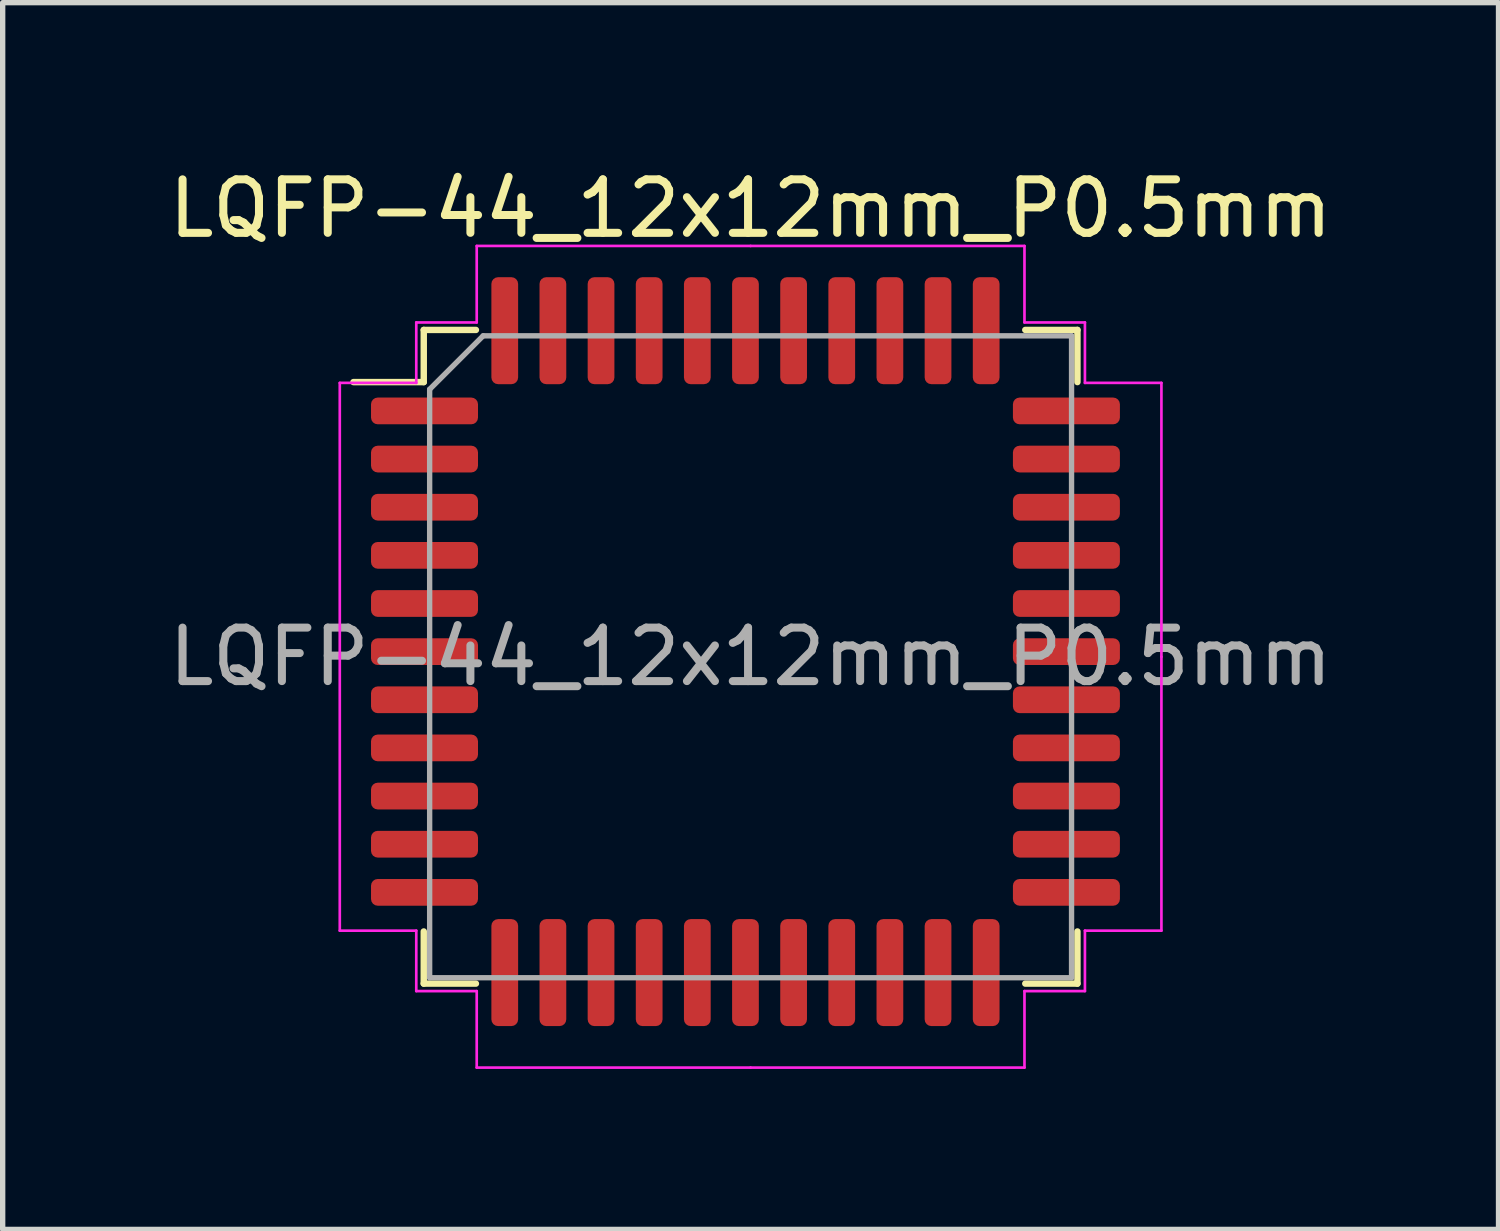
<source format=kicad_pcb>
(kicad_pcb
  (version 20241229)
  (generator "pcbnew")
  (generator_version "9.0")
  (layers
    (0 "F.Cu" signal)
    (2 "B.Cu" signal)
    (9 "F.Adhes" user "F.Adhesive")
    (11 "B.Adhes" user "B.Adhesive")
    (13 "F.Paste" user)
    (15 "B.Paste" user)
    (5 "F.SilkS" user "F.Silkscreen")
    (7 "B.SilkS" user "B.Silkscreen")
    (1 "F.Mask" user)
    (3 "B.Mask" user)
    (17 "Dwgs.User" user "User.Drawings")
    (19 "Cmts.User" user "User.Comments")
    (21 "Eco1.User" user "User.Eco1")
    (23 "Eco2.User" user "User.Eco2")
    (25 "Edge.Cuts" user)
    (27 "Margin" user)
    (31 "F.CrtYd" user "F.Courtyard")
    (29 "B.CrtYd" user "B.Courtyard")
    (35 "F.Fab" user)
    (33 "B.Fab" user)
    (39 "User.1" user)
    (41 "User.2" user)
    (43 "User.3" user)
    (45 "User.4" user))
  (footprint "LQFP-44_12x12mm_P0.5mm"
    (layer "F.Cu")
    (at 4.886 3.132)
    (property "Reference" "LQFP-44_12x12mm_P0.5mm" (at 6.096 -2.284 0) (layer "F.SilkS") (effects (font (size 1 1) (thickness 0.15))))
    (attr smd)
    (fp_line (start -0.014 -0.014) (end -0.014 0.961) (stroke (width 0.12) (type solid)) (layer "F.SilkS"))
    (fp_line (start -0.014 0.961) (end -1.329 0.961) (stroke (width 0.12) (type solid)) (layer "F.SilkS"))
    (fp_line (start -0.014 12.206) (end -0.014 11.231) (stroke (width 0.12) (type solid)) (layer "F.SilkS"))
    (fp_line (start 0.961 -0.014) (end -0.014 -0.014) (stroke (width 0.12) (type solid)) (layer "F.SilkS"))
    (fp_line (start 0.961 12.206) (end -0.014 12.206) (stroke (width 0.12) (type solid)) (layer "F.SilkS"))
    (fp_line (start 11.231 -0.014) (end 12.206 -0.014) (stroke (width 0.12) (type solid)) (layer "F.SilkS"))
    (fp_line (start 11.231 12.206) (end 12.206 12.206) (stroke (width 0.12) (type solid)) (layer "F.SilkS"))
    (fp_line (start 12.206 -0.014) (end 12.206 0.961) (stroke (width 0.12) (type solid)) (layer "F.SilkS"))
    (fp_line (start 12.206 12.206) (end 12.206 11.231) (stroke (width 0.12) (type solid)) (layer "F.SilkS"))
    (fp_line (start -1.584 0.976) (end -1.584 6.096) (stroke (width 0.05) (type solid)) (layer "F.CrtYd"))
    (fp_line (start -1.584 11.216) (end -1.584 6.096) (stroke (width 0.05) (type solid)) (layer "F.CrtYd"))
    (fp_line (start -0.154 -0.154) (end -0.154 0.976) (stroke (width 0.05) (type solid)) (layer "F.CrtYd"))
    (fp_line (start -0.154 0.976) (end -1.584 0.976) (stroke (width 0.05) (type solid)) (layer "F.CrtYd"))
    (fp_line (start -0.154 11.216) (end -1.584 11.216) (stroke (width 0.05) (type solid)) (layer "F.CrtYd"))
    (fp_line (start -0.154 12.346) (end -0.154 11.216) (stroke (width 0.05) (type solid)) (layer "F.CrtYd"))
    (fp_line (start 0.976 -1.584) (end 0.976 -0.154) (stroke (width 0.05) (type solid)) (layer "F.CrtYd"))
    (fp_line (start 0.976 -0.154) (end -0.154 -0.154) (stroke (width 0.05) (type solid)) (layer "F.CrtYd"))
    (fp_line (start 0.976 12.346) (end -0.154 12.346) (stroke (width 0.05) (type solid)) (layer "F.CrtYd"))
    (fp_line (start 0.976 13.776) (end 0.976 12.346) (stroke (width 0.05) (type solid)) (layer "F.CrtYd"))
    (fp_line (start 6.096 -1.584) (end 0.976 -1.584) (stroke (width 0.05) (type solid)) (layer "F.CrtYd"))
    (fp_line (start 6.096 -1.584) (end 11.216 -1.584) (stroke (width 0.05) (type solid)) (layer "F.CrtYd"))
    (fp_line (start 6.096 13.776) (end 0.976 13.776) (stroke (width 0.05) (type solid)) (layer "F.CrtYd"))
    (fp_line (start 6.096 13.776) (end 11.216 13.776) (stroke (width 0.05) (type solid)) (layer "F.CrtYd"))
    (fp_line (start 11.216 -1.584) (end 11.216 -0.154) (stroke (width 0.05) (type solid)) (layer "F.CrtYd"))
    (fp_line (start 11.216 -0.154) (end 12.346 -0.154) (stroke (width 0.05) (type solid)) (layer "F.CrtYd"))
    (fp_line (start 11.216 12.346) (end 12.346 12.346) (stroke (width 0.05) (type solid)) (layer "F.CrtYd"))
    (fp_line (start 11.216 13.776) (end 11.216 12.346) (stroke (width 0.05) (type solid)) (layer "F.CrtYd"))
    (fp_line (start 12.346 -0.154) (end 12.346 0.976) (stroke (width 0.05) (type solid)) (layer "F.CrtYd"))
    (fp_line (start 12.346 0.976) (end 13.776 0.976) (stroke (width 0.05) (type solid)) (layer "F.CrtYd"))
    (fp_line (start 12.346 11.216) (end 13.776 11.216) (stroke (width 0.05) (type solid)) (layer "F.CrtYd"))
    (fp_line (start 12.346 12.346) (end 12.346 11.216) (stroke (width 0.05) (type solid)) (layer "F.CrtYd"))
    (fp_line (start 13.776 0.976) (end 13.776 6.096) (stroke (width 0.05) (type solid)) (layer "F.CrtYd"))
    (fp_line (start 13.776 11.216) (end 13.776 6.096) (stroke (width 0.05) (type solid)) (layer "F.CrtYd"))
    (fp_line (start 0.096 1.096) (end 1.096 0.096) (stroke (width 0.1) (type solid)) (layer "F.Fab"))
    (fp_line (start 0.096 12.096) (end 0.096 1.096) (stroke (width 0.1) (type solid)) (layer "F.Fab"))
    (fp_line (start 1.096 0.096) (end 12.096 0.096) (stroke (width 0.1) (type solid)) (layer "F.Fab"))
    (fp_line (start 12.096 0.096) (end 12.096 12.096) (stroke (width 0.1) (type solid)) (layer "F.Fab"))
    (fp_line (start 12.096 12.096) (end 0.096 12.096) (stroke (width 0.1) (type solid)) (layer "F.Fab"))
    (fp_text user "${REFERENCE}" (at 6.096 6.096 0) (layer "F.Fab") (effects (font (size 1 1) (thickness 0.15))))
    (pad "1" smd roundrect (at 0 1.5) (size 2 0.5) (layers "F.Cu" "F.Mask" "F.Paste") (roundrect_rratio 0.25))
    (pad "2" smd roundrect (at 0 2.4) (size 2 0.5) (layers "F.Cu" "F.Mask" "F.Paste") (roundrect_rratio 0.25))
    (pad "3" smd roundrect (at 0 3.3) (size 2 0.5) (layers "F.Cu" "F.Mask" "F.Paste") (roundrect_rratio 0.25))
    (pad "4" smd roundrect (at 0 4.2) (size 2 0.5) (layers "F.Cu" "F.Mask" "F.Paste") (roundrect_rratio 0.25))
    (pad "5" smd roundrect (at 0 5.1) (size 2 0.5) (layers "F.Cu" "F.Mask" "F.Paste") (roundrect_rratio 0.25))
    (pad "6" smd roundrect (at 0 6) (size 2 0.5) (layers "F.Cu" "F.Mask" "F.Paste") (roundrect_rratio 0.25))
    (pad "7" smd roundrect (at 0 6.9) (size 2 0.5) (layers "F.Cu" "F.Mask" "F.Paste") (roundrect_rratio 0.25))
    (pad "8" smd roundrect (at 0 7.8) (size 2 0.5) (layers "F.Cu" "F.Mask" "F.Paste") (roundrect_rratio 0.25))
    (pad "9" smd roundrect (at 0 8.7) (size 2 0.5) (layers "F.Cu" "F.Mask" "F.Paste") (roundrect_rratio 0.25))
    (pad "10" smd roundrect (at 0 9.6) (size 2 0.5) (layers "F.Cu" "F.Mask" "F.Paste") (roundrect_rratio 0.25))
    (pad "11" smd roundrect (at 0 10.5) (size 2 0.5) (layers "F.Cu" "F.Mask" "F.Paste") (roundrect_rratio 0.25))
    (pad "12" smd roundrect (at 1.5 12 90) (size 2 0.5) (layers "F.Cu" "F.Mask" "F.Paste") (roundrect_rratio 0.25))
    (pad "13" smd roundrect (at 2.4 12 90) (size 2 0.5) (layers "F.Cu" "F.Mask" "F.Paste") (roundrect_rratio 0.25))
    (pad "14" smd roundrect (at 3.3 12 90) (size 2 0.5) (layers "F.Cu" "F.Mask" "F.Paste") (roundrect_rratio 0.25))
    (pad "15" smd roundrect (at 4.2 12 90) (size 2 0.5) (layers "F.Cu" "F.Mask" "F.Paste") (roundrect_rratio 0.25))
    (pad "16" smd roundrect (at 5.1 12 90) (size 2 0.5) (layers "F.Cu" "F.Mask" "F.Paste") (roundrect_rratio 0.25))
    (pad "17" smd roundrect (at 6 12 90) (size 2 0.5) (layers "F.Cu" "F.Mask" "F.Paste") (roundrect_rratio 0.25))
    (pad "18" smd roundrect (at 6.9 12 90) (size 2 0.5) (layers "F.Cu" "F.Mask" "F.Paste") (roundrect_rratio 0.25))
    (pad "19" smd roundrect (at 7.8 12 90) (size 2 0.5) (layers "F.Cu" "F.Mask" "F.Paste") (roundrect_rratio 0.25))
    (pad "20" smd roundrect (at 8.7 12 90) (size 2 0.5) (layers "F.Cu" "F.Mask" "F.Paste") (roundrect_rratio 0.25))
    (pad "21" smd roundrect (at 9.6 12) (size 0.5 2) (layers "F.Cu" "F.Mask" "F.Paste") (roundrect_rratio 0.25))
    (pad "22" smd roundrect (at 10.5 12) (size 0.5 2) (layers "F.Cu" "F.Mask" "F.Paste") (roundrect_rratio 0.25))
    (pad "23" smd roundrect (at 12 10.5 90) (size 0.5 2) (layers "F.Cu" "F.Mask" "F.Paste") (roundrect_rratio 0.25))
    (pad "24" smd roundrect (at 12 9.6 90) (size 0.5 2) (layers "F.Cu" "F.Mask" "F.Paste") (roundrect_rratio 0.25))
    (pad "25" smd roundrect (at 12 8.7 90) (size 0.5 2) (layers "F.Cu" "F.Mask" "F.Paste") (roundrect_rratio 0.25))
    (pad "26" smd roundrect (at 12 7.8 90) (size 0.5 2) (layers "F.Cu" "F.Mask" "F.Paste") (roundrect_rratio 0.25))
    (pad "27" smd roundrect (at 12 6.9 90) (size 0.5 2) (layers "F.Cu" "F.Mask" "F.Paste") (roundrect_rratio 0.25))
    (pad "28" smd roundrect (at 12 6 90) (size 0.5 2) (layers "F.Cu" "F.Mask" "F.Paste") (roundrect_rratio 0.25))
    (pad "29" smd roundrect (at 12 5.1 90) (size 0.5 2) (layers "F.Cu" "F.Mask" "F.Paste") (roundrect_rratio 0.25))
    (pad "30" smd roundrect (at 12 4.2 90) (size 0.5 2) (layers "F.Cu" "F.Mask" "F.Paste") (roundrect_rratio 0.25))
    (pad "31" smd roundrect (at 12 3.3 90) (size 0.5 2) (layers "F.Cu" "F.Mask" "F.Paste") (roundrect_rratio 0.25))
    (pad "32" smd roundrect (at 12 2.4 90) (size 0.5 2) (layers "F.Cu" "F.Mask" "F.Paste") (roundrect_rratio 0.25))
    (pad "33" smd roundrect (at 12 1.5 90) (size 0.5 2) (layers "F.Cu" "F.Mask" "F.Paste") (roundrect_rratio 0.25))
    (pad "34" smd roundrect (at 10.5 0 180) (size 0.5 2) (layers "F.Cu" "F.Mask" "F.Paste") (roundrect_rratio 0.25))
    (pad "35" smd roundrect (at 9.6 0 180) (size 0.5 2) (layers "F.Cu" "F.Mask" "F.Paste") (roundrect_rratio 0.25))
    (pad "36" smd roundrect (at 8.7 0 180) (size 0.5 2) (layers "F.Cu" "F.Mask" "F.Paste") (roundrect_rratio 0.25))
    (pad "37" smd roundrect (at 7.8 0 180) (size 0.5 2) (layers "F.Cu" "F.Mask" "F.Paste") (roundrect_rratio 0.25))
    (pad "38" smd roundrect (at 6.9 0 180) (size 0.5 2) (layers "F.Cu" "F.Mask" "F.Paste") (roundrect_rratio 0.25))
    (pad "39" smd roundrect (at 6 0 180) (size 0.5 2) (layers "F.Cu" "F.Mask" "F.Paste") (roundrect_rratio 0.25))
    (pad "40" smd roundrect (at 5.1 0 180) (size 0.5 2) (layers "F.Cu" "F.Mask" "F.Paste") (roundrect_rratio 0.25))
    (pad "41" smd roundrect (at 4.2 0 90) (size 2 0.5) (layers "F.Cu" "F.Mask" "F.Paste") (roundrect_rratio 0.25))
    (pad "42" smd roundrect (at 3.3 0 90) (size 2 0.5) (layers "F.Cu" "F.Mask" "F.Paste") (roundrect_rratio 0.25))
    (pad "43" smd roundrect (at 2.4 0 90) (size 2 0.5) (layers "F.Cu" "F.Mask" "F.Paste") (roundrect_rratio 0.25))
    (pad "44" smd roundrect (at 1.5 0 90) (size 2 0.5) (layers "F.Cu" "F.Mask" "F.Paste") (roundrect_rratio 0.25)))
  (gr_rect
    (start -3 -3)
    (end 24.964 19.933)
    (stroke (width 0.1) (type default))
    (fill no)
    (layer "Edge.Cuts")))
</source>
